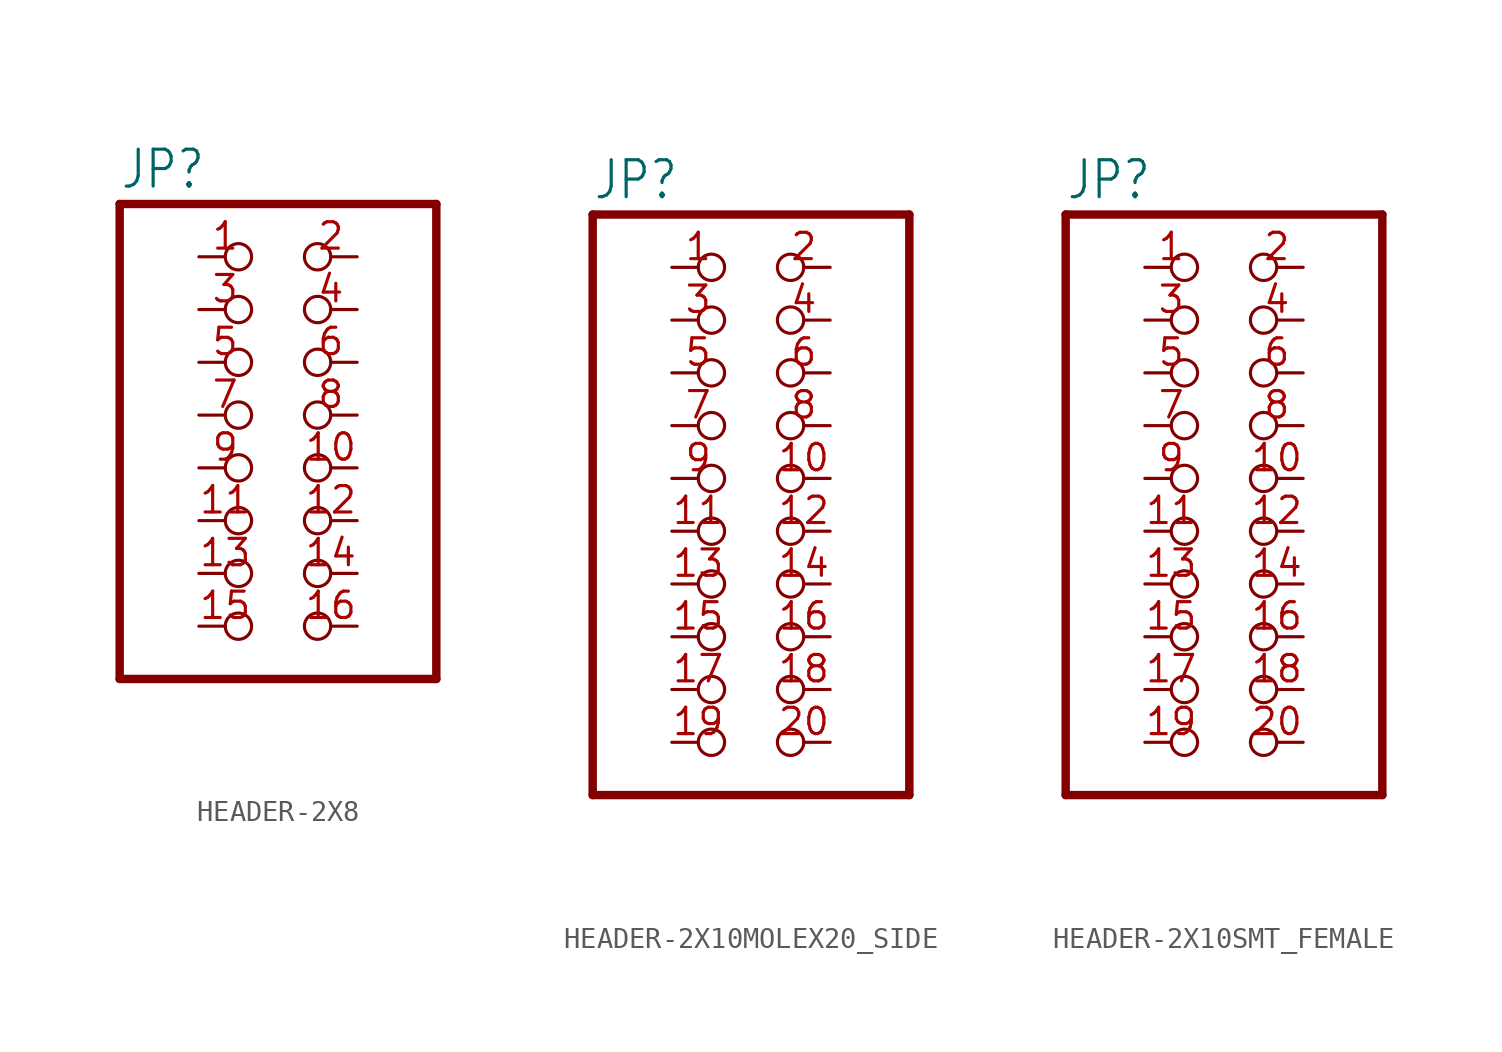
<source format=kicad_sym>
(kicad_symbol_lib
  (version 20231120)
  (generator "kicad_symbol_editor")
  (generator_version "8.0")
  (symbol "HEADER-2X8"
    (property "Reference" "JP"
      (at -8.89 10.795 0)
      (effects (font (size 1.778 1.511)) (justify left bottom)))
    (property "Value" ""
      (at -8.89 -15.24 0)
      (effects (font (size 1.778 1.511)) (justify left bottom)))
    (property "ki_locked" ""
      (at 0 0 0)
      (effects (font (size 1.27 1.27))))
    (symbol "HEADER-2X8_1_0"
      (polyline (pts (xy -8.89 -12.7) (xy 6.35 -12.7)) (stroke (width 0.406) (type solid)) (fill (type none)))
      (polyline (pts (xy -8.89 10.16) (xy -8.89 -12.7)) (stroke (width 0.406) (type solid)) (fill (type none)))
      (polyline (pts (xy 6.35 -12.7) (xy 6.35 10.16)) (stroke (width 0.406) (type solid)) (fill (type none)))
      (polyline (pts (xy 6.35 10.16) (xy -8.89 10.16)) (stroke (width 0.406) (type solid)) (fill (type none)))
      (pin passive inverted (at -5.08 7.62 0) (length 2.54) (name "1" (effects (font (size 0 0)))) (number "1" (effects (font (size 1.27 1.27)))))
      (pin passive inverted (at 2.54 -2.54 180) (length 2.54) (name "10" (effects (font (size 0 0)))) (number "10" (effects (font (size 1.27 1.27)))))
      (pin passive inverted (at -5.08 -5.08 0) (length 2.54) (name "11" (effects (font (size 0 0)))) (number "11" (effects (font (size 1.27 1.27)))))
      (pin passive inverted (at 2.54 -5.08 180) (length 2.54) (name "12" (effects (font (size 0 0)))) (number "12" (effects (font (size 1.27 1.27)))))
      (pin passive inverted (at -5.08 -7.62 0) (length 2.54) (name "13" (effects (font (size 0 0)))) (number "13" (effects (font (size 1.27 1.27)))))
      (pin passive inverted (at 2.54 -7.62 180) (length 2.54) (name "14" (effects (font (size 0 0)))) (number "14" (effects (font (size 1.27 1.27)))))
      (pin passive inverted (at -5.08 -10.16 0) (length 2.54) (name "15" (effects (font (size 0 0)))) (number "15" (effects (font (size 1.27 1.27)))))
      (pin passive inverted (at 2.54 -10.16 180) (length 2.54) (name "16" (effects (font (size 0 0)))) (number "16" (effects (font (size 1.27 1.27)))))
      (pin passive inverted (at 2.54 7.62 180) (length 2.54) (name "2" (effects (font (size 0 0)))) (number "2" (effects (font (size 1.27 1.27)))))
      (pin passive inverted (at -5.08 5.08 0) (length 2.54) (name "3" (effects (font (size 0 0)))) (number "3" (effects (font (size 1.27 1.27)))))
      (pin passive inverted (at 2.54 5.08 180) (length 2.54) (name "4" (effects (font (size 0 0)))) (number "4" (effects (font (size 1.27 1.27)))))
      (pin passive inverted (at -5.08 2.54 0) (length 2.54) (name "5" (effects (font (size 0 0)))) (number "5" (effects (font (size 1.27 1.27)))))
      (pin passive inverted (at 2.54 2.54 180) (length 2.54) (name "6" (effects (font (size 0 0)))) (number "6" (effects (font (size 1.27 1.27)))))
      (pin passive inverted (at -5.08 0 0) (length 2.54) (name "7" (effects (font (size 0 0)))) (number "7" (effects (font (size 1.27 1.27)))))
      (pin passive inverted (at 2.54 0 180) (length 2.54) (name "8" (effects (font (size 0 0)))) (number "8" (effects (font (size 1.27 1.27)))))
      (pin passive inverted (at -5.08 -2.54 0) (length 2.54) (name "9" (effects (font (size 0 0)))) (number "9" (effects (font (size 1.27 1.27)))))))
  (symbol "HEADER-2X10MOLEX20_SIDE"
    (property "Reference" "JP"
      (at -6.35 13.335 0)
      (effects (font (size 1.778 1.511)) (justify left bottom)))
    (property "Value" ""
      (at -6.35 -17.78 0)
      (effects (font (size 1.778 1.511)) (justify left bottom)))
    (property "ki_locked" ""
      (at 0 0 0)
      (effects (font (size 1.27 1.27))))
    (symbol "HEADER-2X10MOLEX20_SIDE_1_0"
      (polyline (pts (xy -6.35 -15.24) (xy 8.89 -15.24)) (stroke (width 0.406) (type solid)) (fill (type none)))
      (polyline (pts (xy -6.35 12.7) (xy -6.35 -15.24)) (stroke (width 0.406) (type solid)) (fill (type none)))
      (polyline (pts (xy 8.89 -15.24) (xy 8.89 12.7)) (stroke (width 0.406) (type solid)) (fill (type none)))
      (polyline (pts (xy 8.89 12.7) (xy -6.35 12.7)) (stroke (width 0.406) (type solid)) (fill (type none)))
      (pin passive inverted (at -2.54 10.16 0) (length 2.54) (name "1" (effects (font (size 0 0)))) (number "1" (effects (font (size 1.27 1.27)))))
      (pin passive inverted (at 5.08 0 180) (length 2.54) (name "10" (effects (font (size 0 0)))) (number "10" (effects (font (size 1.27 1.27)))))
      (pin passive inverted (at -2.54 -2.54 0) (length 2.54) (name "11" (effects (font (size 0 0)))) (number "11" (effects (font (size 1.27 1.27)))))
      (pin passive inverted (at 5.08 -2.54 180) (length 2.54) (name "12" (effects (font (size 0 0)))) (number "12" (effects (font (size 1.27 1.27)))))
      (pin passive inverted (at -2.54 -5.08 0) (length 2.54) (name "13" (effects (font (size 0 0)))) (number "13" (effects (font (size 1.27 1.27)))))
      (pin passive inverted (at 5.08 -5.08 180) (length 2.54) (name "14" (effects (font (size 0 0)))) (number "14" (effects (font (size 1.27 1.27)))))
      (pin passive inverted (at -2.54 -7.62 0) (length 2.54) (name "15" (effects (font (size 0 0)))) (number "15" (effects (font (size 1.27 1.27)))))
      (pin passive inverted (at 5.08 -7.62 180) (length 2.54) (name "16" (effects (font (size 0 0)))) (number "16" (effects (font (size 1.27 1.27)))))
      (pin passive inverted (at -2.54 -10.16 0) (length 2.54) (name "17" (effects (font (size 0 0)))) (number "17" (effects (font (size 1.27 1.27)))))
      (pin passive inverted (at 5.08 -10.16 180) (length 2.54) (name "18" (effects (font (size 0 0)))) (number "18" (effects (font (size 1.27 1.27)))))
      (pin passive inverted (at -2.54 -12.7 0) (length 2.54) (name "19" (effects (font (size 0 0)))) (number "19" (effects (font (size 1.27 1.27)))))
      (pin passive inverted (at 5.08 10.16 180) (length 2.54) (name "2" (effects (font (size 0 0)))) (number "2" (effects (font (size 1.27 1.27)))))
      (pin passive inverted (at 5.08 -12.7 180) (length 2.54) (name "20" (effects (font (size 0 0)))) (number "20" (effects (font (size 1.27 1.27)))))
      (pin passive inverted (at -2.54 7.62 0) (length 2.54) (name "3" (effects (font (size 0 0)))) (number "3" (effects (font (size 1.27 1.27)))))
      (pin passive inverted (at 5.08 7.62 180) (length 2.54) (name "4" (effects (font (size 0 0)))) (number "4" (effects (font (size 1.27 1.27)))))
      (pin passive inverted (at -2.54 5.08 0) (length 2.54) (name "5" (effects (font (size 0 0)))) (number "5" (effects (font (size 1.27 1.27)))))
      (pin passive inverted (at 5.08 5.08 180) (length 2.54) (name "6" (effects (font (size 0 0)))) (number "6" (effects (font (size 1.27 1.27)))))
      (pin passive inverted (at -2.54 2.54 0) (length 2.54) (name "7" (effects (font (size 0 0)))) (number "7" (effects (font (size 1.27 1.27)))))
      (pin passive inverted (at 5.08 2.54 180) (length 2.54) (name "8" (effects (font (size 0 0)))) (number "8" (effects (font (size 1.27 1.27)))))
      (pin passive inverted (at -2.54 0 0) (length 2.54) (name "9" (effects (font (size 0 0)))) (number "9" (effects (font (size 1.27 1.27)))))))
  (symbol "HEADER-2X10SMT_FEMALE"
    (property "Reference" "JP"
      (at -6.35 13.335 0)
      (effects (font (size 1.778 1.511)) (justify left bottom)))
    (property "Value" ""
      (at -6.35 -17.78 0)
      (effects (font (size 1.778 1.511)) (justify left bottom)))
    (property "ki_locked" ""
      (at 0 0 0)
      (effects (font (size 1.27 1.27))))
    (symbol "HEADER-2X10SMT_FEMALE_1_0"
      (polyline (pts (xy -6.35 -15.24) (xy 8.89 -15.24)) (stroke (width 0.406) (type solid)) (fill (type none)))
      (polyline (pts (xy -6.35 12.7) (xy -6.35 -15.24)) (stroke (width 0.406) (type solid)) (fill (type none)))
      (polyline (pts (xy 8.89 -15.24) (xy 8.89 12.7)) (stroke (width 0.406) (type solid)) (fill (type none)))
      (polyline (pts (xy 8.89 12.7) (xy -6.35 12.7)) (stroke (width 0.406) (type solid)) (fill (type none)))
      (pin passive inverted (at -2.54 10.16 0) (length 2.54) (name "1" (effects (font (size 0 0)))) (number "1" (effects (font (size 1.27 1.27)))))
      (pin passive inverted (at 5.08 0 180) (length 2.54) (name "10" (effects (font (size 0 0)))) (number "10" (effects (font (size 1.27 1.27)))))
      (pin passive inverted (at -2.54 -2.54 0) (length 2.54) (name "11" (effects (font (size 0 0)))) (number "11" (effects (font (size 1.27 1.27)))))
      (pin passive inverted (at 5.08 -2.54 180) (length 2.54) (name "12" (effects (font (size 0 0)))) (number "12" (effects (font (size 1.27 1.27)))))
      (pin passive inverted (at -2.54 -5.08 0) (length 2.54) (name "13" (effects (font (size 0 0)))) (number "13" (effects (font (size 1.27 1.27)))))
      (pin passive inverted (at 5.08 -5.08 180) (length 2.54) (name "14" (effects (font (size 0 0)))) (number "14" (effects (font (size 1.27 1.27)))))
      (pin passive inverted (at -2.54 -7.62 0) (length 2.54) (name "15" (effects (font (size 0 0)))) (number "15" (effects (font (size 1.27 1.27)))))
      (pin passive inverted (at 5.08 -7.62 180) (length 2.54) (name "16" (effects (font (size 0 0)))) (number "16" (effects (font (size 1.27 1.27)))))
      (pin passive inverted (at -2.54 -10.16 0) (length 2.54) (name "17" (effects (font (size 0 0)))) (number "17" (effects (font (size 1.27 1.27)))))
      (pin passive inverted (at 5.08 -10.16 180) (length 2.54) (name "18" (effects (font (size 0 0)))) (number "18" (effects (font (size 1.27 1.27)))))
      (pin passive inverted (at -2.54 -12.7 0) (length 2.54) (name "19" (effects (font (size 0 0)))) (number "19" (effects (font (size 1.27 1.27)))))
      (pin passive inverted (at 5.08 10.16 180) (length 2.54) (name "2" (effects (font (size 0 0)))) (number "2" (effects (font (size 1.27 1.27)))))
      (pin passive inverted (at 5.08 -12.7 180) (length 2.54) (name "20" (effects (font (size 0 0)))) (number "20" (effects (font (size 1.27 1.27)))))
      (pin passive inverted (at -2.54 7.62 0) (length 2.54) (name "3" (effects (font (size 0 0)))) (number "3" (effects (font (size 1.27 1.27)))))
      (pin passive inverted (at 5.08 7.62 180) (length 2.54) (name "4" (effects (font (size 0 0)))) (number "4" (effects (font (size 1.27 1.27)))))
      (pin passive inverted (at -2.54 5.08 0) (length 2.54) (name "5" (effects (font (size 0 0)))) (number "5" (effects (font (size 1.27 1.27)))))
      (pin passive inverted (at 5.08 5.08 180) (length 2.54) (name "6" (effects (font (size 0 0)))) (number "6" (effects (font (size 1.27 1.27)))))
      (pin passive inverted (at -2.54 2.54 0) (length 2.54) (name "7" (effects (font (size 0 0)))) (number "7" (effects (font (size 1.27 1.27)))))
      (pin passive inverted (at 5.08 2.54 180) (length 2.54) (name "8" (effects (font (size 0 0)))) (number "8" (effects (font (size 1.27 1.27)))))
      (pin passive inverted (at -2.54 0 0) (length 2.54) (name "9" (effects (font (size 0 0)))) (number "9" (effects (font (size 1.27 1.27))))))))
</source>
